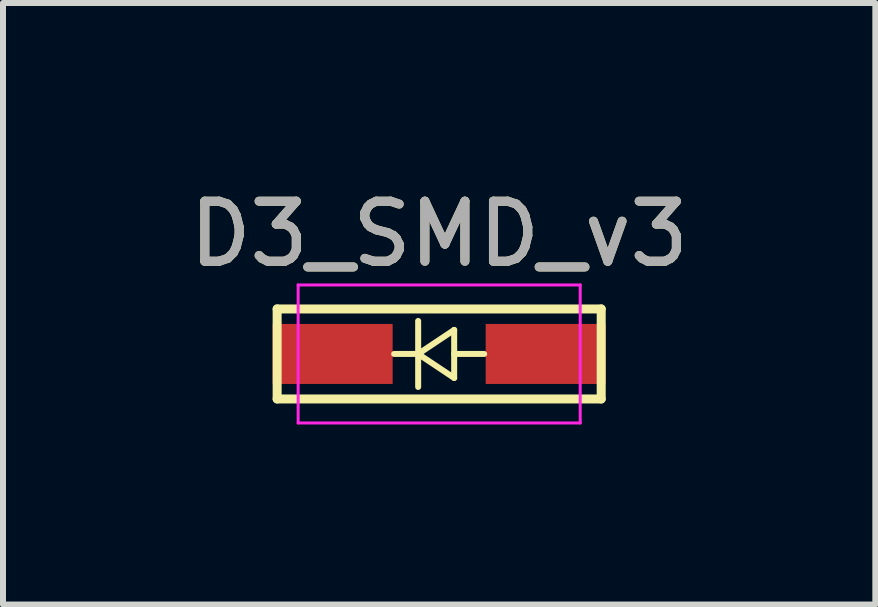
<source format=kicad_pcb>
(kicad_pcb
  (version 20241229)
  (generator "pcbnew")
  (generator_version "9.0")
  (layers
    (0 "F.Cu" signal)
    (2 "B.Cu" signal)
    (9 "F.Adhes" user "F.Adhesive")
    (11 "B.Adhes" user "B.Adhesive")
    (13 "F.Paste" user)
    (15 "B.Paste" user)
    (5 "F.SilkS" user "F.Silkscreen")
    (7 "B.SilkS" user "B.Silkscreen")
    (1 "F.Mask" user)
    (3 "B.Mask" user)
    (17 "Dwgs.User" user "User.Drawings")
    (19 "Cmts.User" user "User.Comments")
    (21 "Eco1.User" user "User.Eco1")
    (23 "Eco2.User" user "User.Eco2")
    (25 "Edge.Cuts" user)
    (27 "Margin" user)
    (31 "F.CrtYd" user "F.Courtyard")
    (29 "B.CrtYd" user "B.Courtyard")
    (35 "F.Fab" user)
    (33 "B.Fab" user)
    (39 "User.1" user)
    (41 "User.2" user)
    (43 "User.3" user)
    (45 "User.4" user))
  (footprint "D3_SMD_v3"
    (layer "F.Cu")
    (at 4.268 2.848)
    (property "Reference" "D3_SMD_v3" (at 0 -2 0) (layer "F.SilkS") (effects (font (size 1 1) (thickness 0.15))))
    (attr smd)
    (fp_line (start -2.7 -0.75) (end -2.7 0.75) (stroke (width 0.15) (type solid)) (layer "F.SilkS"))
    (fp_line (start -2.7 -0.75) (end 2.7 -0.75) (stroke (width 0.15) (type solid)) (layer "F.SilkS"))
    (fp_line (start -2.7 0.75) (end 2.7 0.75) (stroke (width 0.15) (type solid)) (layer "F.SilkS"))
    (fp_line (start -0.75 0) (end -0.35 0) (stroke (width 0.1) (type solid)) (layer "F.SilkS"))
    (fp_line (start -0.35 0) (end -0.35 -0.55) (stroke (width 0.1) (type solid)) (layer "F.SilkS"))
    (fp_line (start -0.35 0) (end -0.35 0.55) (stroke (width 0.1) (type solid)) (layer "F.SilkS"))
    (fp_line (start -0.35 0) (end 0.25 -0.4) (stroke (width 0.1) (type solid)) (layer "F.SilkS"))
    (fp_line (start 0.25 -0.4) (end 0.25 0.4) (stroke (width 0.1) (type solid)) (layer "F.SilkS"))
    (fp_line (start 0.25 0) (end 0.75 0) (stroke (width 0.1) (type solid)) (layer "F.SilkS"))
    (fp_line (start 0.25 0.4) (end -0.35 0) (stroke (width 0.1) (type solid)) (layer "F.SilkS"))
    (fp_line (start 2.7 -0.75) (end 2.7 0.75) (stroke (width 0.15) (type solid)) (layer "F.SilkS"))
    (fp_line (start -2.35 -1.15) (end -2.35 1.15) (stroke (width 0.05) (type solid)) (layer "F.CrtYd"))
    (fp_line (start -2.35 -1.15) (end 2.35 -1.15) (stroke (width 0.05) (type solid)) (layer "F.CrtYd"))
    (fp_line (start 2.35 -1.15) (end 2.35 1.15) (stroke (width 0.05) (type solid)) (layer "F.CrtYd"))
    (fp_line (start 2.35 1.15) (end -2.35 1.15) (stroke (width 0.05) (type solid)) (layer "F.CrtYd"))
    (fp_text user "${REFERENCE}" (at 0 -2 0) (layer "F.Fab") (effects (font (size 1 1) (thickness 0.15))))
    (pad "1" smd rect (at -1.775 0) (size 2 1) (layers "F.Cu" "F.Mask" "F.Paste"))
    (pad "2" smd rect (at 1.775 0) (size 2 1) (layers "F.Cu" "F.Mask" "F.Paste")))
  (gr_rect
    (start -3 -3)
    (end 11.536 7.023)
    (stroke (width 0.1) (type default))
    (fill no)
    (layer "Edge.Cuts")))
</source>
